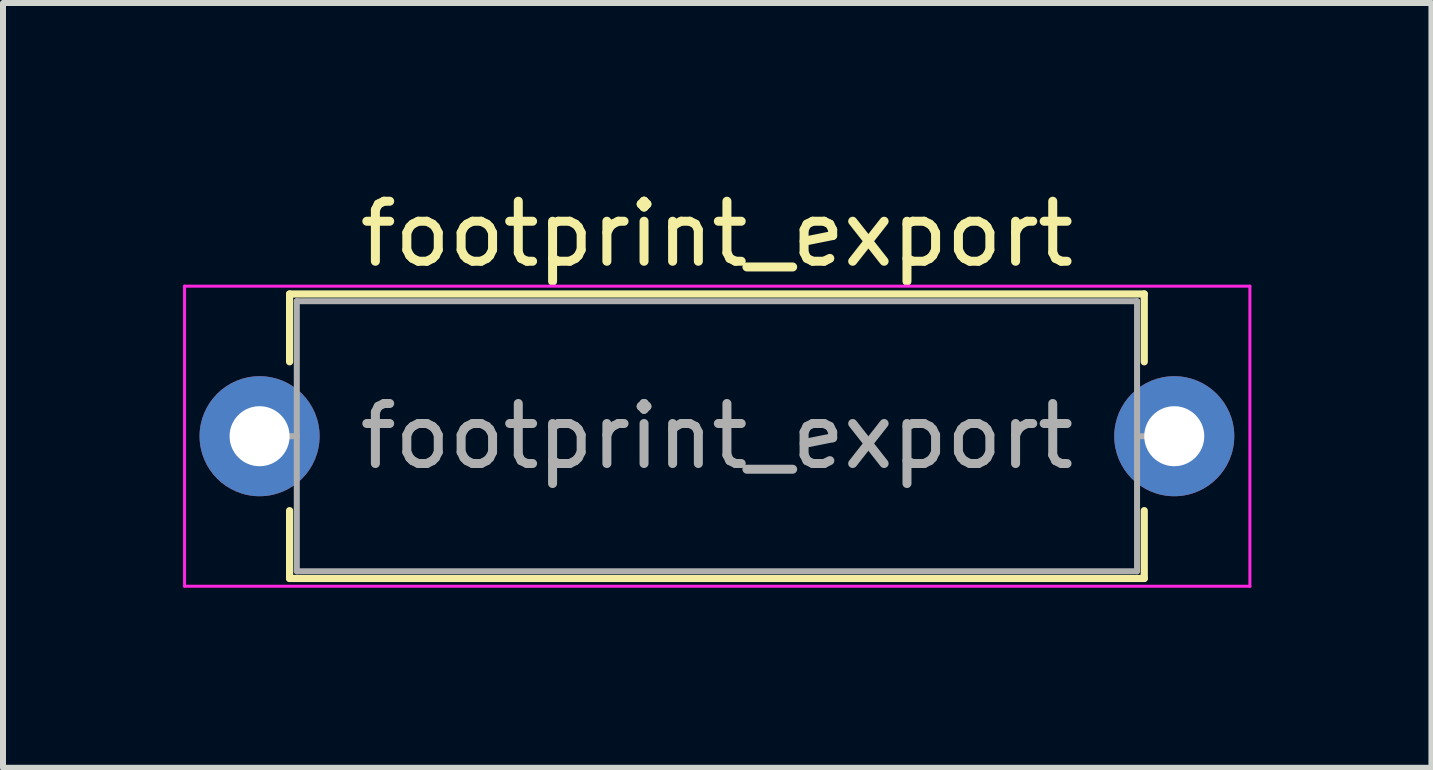
<source format=kicad_pcb>
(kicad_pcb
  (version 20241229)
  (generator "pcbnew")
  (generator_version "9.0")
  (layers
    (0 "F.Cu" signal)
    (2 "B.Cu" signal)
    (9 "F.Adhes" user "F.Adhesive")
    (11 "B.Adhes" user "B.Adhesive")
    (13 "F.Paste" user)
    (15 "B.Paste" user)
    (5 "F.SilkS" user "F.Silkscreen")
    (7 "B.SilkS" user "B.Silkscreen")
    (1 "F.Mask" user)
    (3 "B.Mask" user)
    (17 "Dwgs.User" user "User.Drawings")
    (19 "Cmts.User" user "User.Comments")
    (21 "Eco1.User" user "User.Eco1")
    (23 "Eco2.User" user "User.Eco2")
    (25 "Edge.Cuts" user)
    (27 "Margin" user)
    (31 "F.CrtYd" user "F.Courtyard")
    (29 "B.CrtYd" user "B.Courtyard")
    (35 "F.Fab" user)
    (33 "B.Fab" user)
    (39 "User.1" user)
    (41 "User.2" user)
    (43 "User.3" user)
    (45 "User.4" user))
  (footprint "footprint_export"
    (layer "F.Cu")
    (at 1.275 4.218)
    (property "Reference" "footprint_export" (at 7.62 -3.37 0) (layer "F.SilkS") (effects (font (size 1 1) (thickness 0.15))))
    (attr through_hole)
    (fp_line (start 0.5 -2.37) (end 14.74 -2.37) (stroke (width 0.12) (type solid)) (layer "F.SilkS"))
    (fp_line (start 0.5 -1.24) (end 0.5 -2.37) (stroke (width 0.12) (type solid)) (layer "F.SilkS"))
    (fp_line (start 0.5 1.24) (end 0.5 2.37) (stroke (width 0.12) (type solid)) (layer "F.SilkS"))
    (fp_line (start 0.5 2.37) (end 14.74 2.37) (stroke (width 0.12) (type solid)) (layer "F.SilkS"))
    (fp_line (start 14.74 -2.37) (end 14.74 -1.24) (stroke (width 0.12) (type solid)) (layer "F.SilkS"))
    (fp_line (start 14.74 2.37) (end 14.74 1.24) (stroke (width 0.12) (type solid)) (layer "F.SilkS"))
    (fp_line (start -1.25 -2.5) (end -1.25 2.5) (stroke (width 0.05) (type solid)) (layer "F.CrtYd"))
    (fp_line (start -1.25 2.5) (end 16.5 2.5) (stroke (width 0.05) (type solid)) (layer "F.CrtYd"))
    (fp_line (start 16.5 -2.5) (end -1.25 -2.5) (stroke (width 0.05) (type solid)) (layer "F.CrtYd"))
    (fp_line (start 16.5 2.5) (end 16.5 -2.5) (stroke (width 0.05) (type solid)) (layer "F.CrtYd"))
    (fp_line (start 0 0) (end 0.62 0) (stroke (width 0.1) (type solid)) (layer "F.Fab"))
    (fp_line (start 0.62 -2.25) (end 0.62 2.25) (stroke (width 0.1) (type solid)) (layer "F.Fab"))
    (fp_line (start 0.62 2.25) (end 14.62 2.25) (stroke (width 0.1) (type solid)) (layer "F.Fab"))
    (fp_line (start 14.62 -2.25) (end 0.62 -2.25) (stroke (width 0.1) (type solid)) (layer "F.Fab"))
    (fp_line (start 14.62 2.25) (end 14.62 -2.25) (stroke (width 0.1) (type solid)) (layer "F.Fab"))
    (fp_line (start 15.24 0) (end 14.62 0) (stroke (width 0.1) (type solid)) (layer "F.Fab"))
    (fp_text user "${REFERENCE}" (at 7.62 0 0) (layer "F.Fab") (effects (font (size 1 1) (thickness 0.15))))
    (pad "1" thru_hole circle (at 0 0) (size 2 2) (drill 1) (layers "*.Cu" "*.Mask"))
    (pad "2" thru_hole oval (at 15.24 0) (size 2 2) (drill 1) (layers "*.Cu" "*.Mask")))
  (gr_rect
    (start -3 -3)
    (end 20.8 9.743)
    (stroke (width 0.1) (type default))
    (fill no)
    (layer "Edge.Cuts")))
</source>
